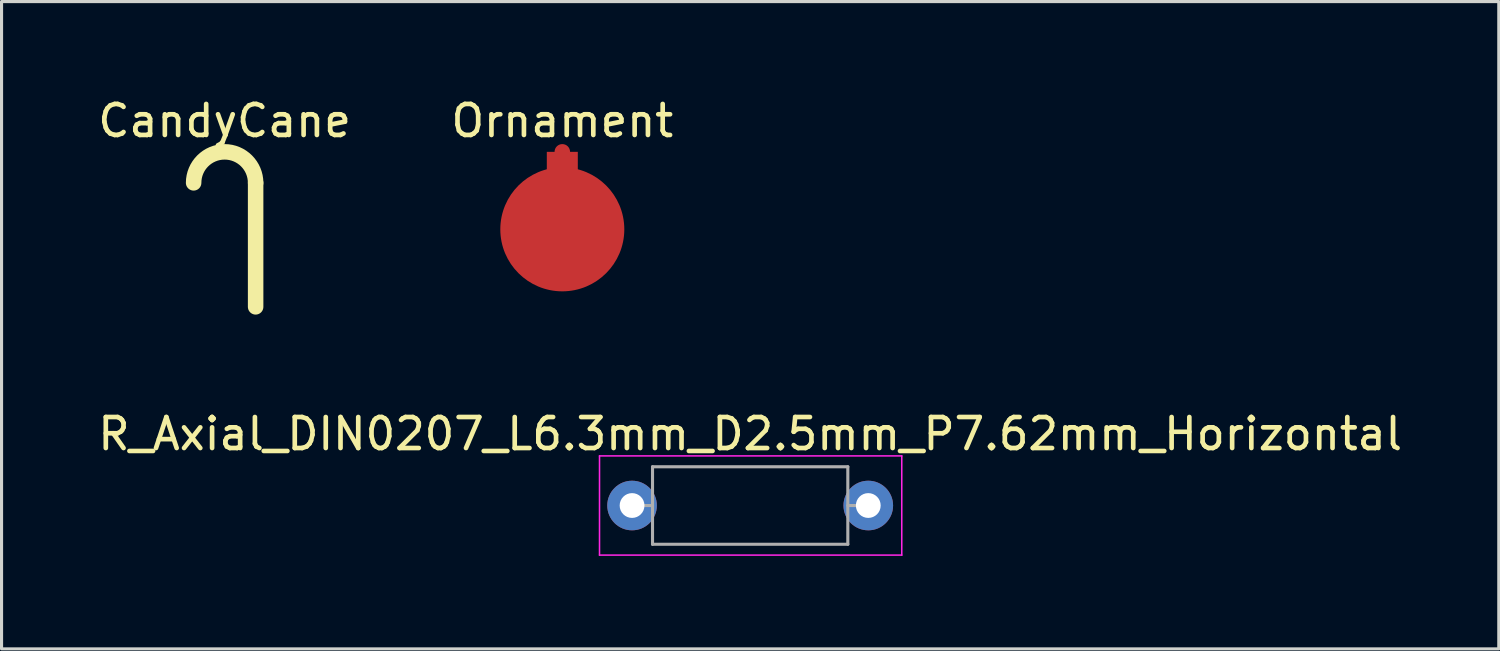
<source format=kicad_pcb>
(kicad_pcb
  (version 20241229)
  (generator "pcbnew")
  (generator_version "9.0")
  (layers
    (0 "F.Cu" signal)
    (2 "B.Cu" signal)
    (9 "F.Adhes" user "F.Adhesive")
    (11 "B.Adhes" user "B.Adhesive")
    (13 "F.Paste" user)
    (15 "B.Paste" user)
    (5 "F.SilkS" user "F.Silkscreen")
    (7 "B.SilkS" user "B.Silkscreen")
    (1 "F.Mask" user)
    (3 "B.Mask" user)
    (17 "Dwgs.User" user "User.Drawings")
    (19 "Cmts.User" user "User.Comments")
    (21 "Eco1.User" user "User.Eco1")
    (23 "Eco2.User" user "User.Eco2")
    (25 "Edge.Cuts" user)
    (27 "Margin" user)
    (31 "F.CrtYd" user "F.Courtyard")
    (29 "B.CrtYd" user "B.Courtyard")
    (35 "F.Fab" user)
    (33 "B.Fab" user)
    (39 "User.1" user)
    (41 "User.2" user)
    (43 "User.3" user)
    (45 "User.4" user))
  (footprint "R_Axial_DIN0207_L6.3mm_D2.5mm_P7.62mm_Horizontal"
    (layer "F.Cu")
    (at 17.339 13.257)
    (property "Reference" "R_Axial_DIN0207_L6.3mm_D2.5mm_P7.62mm_Horizontal" (at 3.81 -2.31 0) (layer "F.SilkS") (effects (font (size 1 1) (thickness 0.15))))
    (attr through_hole)
    (fp_line (start -1.05 -1.6) (end -1.05 1.6) (stroke (width 0.05) (type solid)) (layer "F.CrtYd"))
    (fp_line (start -1.05 1.6) (end 8.7 1.6) (stroke (width 0.05) (type solid)) (layer "F.CrtYd"))
    (fp_line (start 8.7 -1.6) (end -1.05 -1.6) (stroke (width 0.05) (type solid)) (layer "F.CrtYd"))
    (fp_line (start 8.7 1.6) (end 8.7 -1.6) (stroke (width 0.05) (type solid)) (layer "F.CrtYd"))
    (fp_line (start 0 0) (end 0.66 0) (stroke (width 0.1) (type solid)) (layer "F.Fab"))
    (fp_line (start 0.66 -1.25) (end 0.66 1.25) (stroke (width 0.1) (type solid)) (layer "F.Fab"))
    (fp_line (start 0.66 1.25) (end 6.96 1.25) (stroke (width 0.1) (type solid)) (layer "F.Fab"))
    (fp_line (start 6.96 -1.25) (end 0.66 -1.25) (stroke (width 0.1) (type solid)) (layer "F.Fab"))
    (fp_line (start 6.96 1.25) (end 6.96 -1.25) (stroke (width 0.1) (type solid)) (layer "F.Fab"))
    (fp_line (start 7.62 0) (end 6.96 0) (stroke (width 0.1) (type solid)) (layer "F.Fab"))
    (pad "1" thru_hole circle (at 0 0) (size 1.6 1.6) (drill 0.8) (layers "*.Cu" "*.Mask"))
    (pad "2" thru_hole oval (at 7.62 0) (size 1.6 1.6) (drill 0.8) (layers "*.Cu" "*.Mask")))
  (footprint "Ornament"
    (layer "F.Cu")
    (at 15.089 4.348)
    (property "Reference" "Ornament" (at 0 -3.5 0) (layer "F.SilkS") (effects (font (size 1 1) (thickness 0.15))))
    (attr through_hole)
    (pad "1" smd circle (at 0 0) (size 4 4) (layers "F.Cu" "F.Mask"))
    (pad "2" smd rect (at 0 -2) (size 1 1) (layers "F.Cu" "F.Mask"))
    (pad "3" smd circle (at 0 -2.5) (size 0.5 0.5) (layers "F.Cu" "F.Mask")))
  (footprint "CandyCane"
    (layer "F.Cu")
    (at 4.196 5.348)
    (property "Reference" "CandyCane" (at 0 -4.5 0) (layer "F.SilkS") (effects (font (size 1 1) (thickness 0.15))))
    (attr through_hole)
    (fp_line (start 1 -2.5) (end 1 1.5) (stroke (width 0.5) (type solid)) (layer "F.SilkS"))
    (fp_arc (start -1 -2.5) (mid 0 -3.5) (end 1 -2.5) (stroke (width 0.5) (type solid)) (layer "F.SilkS")))
  (gr_rect
    (start -3 -3)
    (end 45.298 17.881)
    (stroke (width 0.1) (type default))
    (fill no)
    (layer "Edge.Cuts")))
</source>
